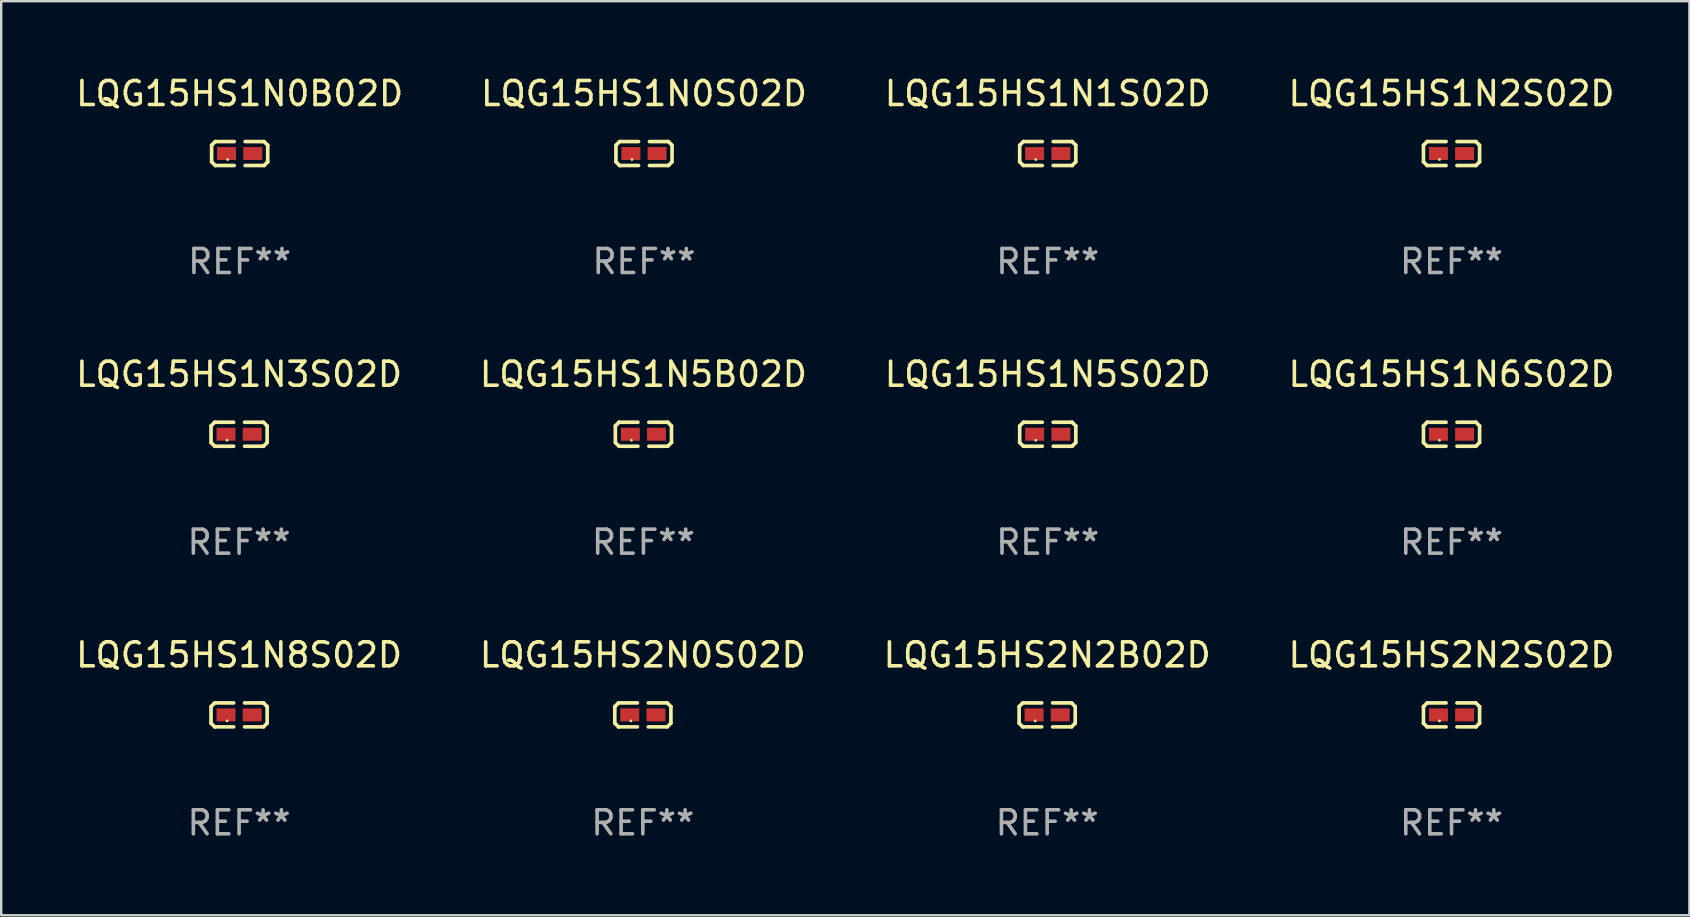
<source format=kicad_pcb>
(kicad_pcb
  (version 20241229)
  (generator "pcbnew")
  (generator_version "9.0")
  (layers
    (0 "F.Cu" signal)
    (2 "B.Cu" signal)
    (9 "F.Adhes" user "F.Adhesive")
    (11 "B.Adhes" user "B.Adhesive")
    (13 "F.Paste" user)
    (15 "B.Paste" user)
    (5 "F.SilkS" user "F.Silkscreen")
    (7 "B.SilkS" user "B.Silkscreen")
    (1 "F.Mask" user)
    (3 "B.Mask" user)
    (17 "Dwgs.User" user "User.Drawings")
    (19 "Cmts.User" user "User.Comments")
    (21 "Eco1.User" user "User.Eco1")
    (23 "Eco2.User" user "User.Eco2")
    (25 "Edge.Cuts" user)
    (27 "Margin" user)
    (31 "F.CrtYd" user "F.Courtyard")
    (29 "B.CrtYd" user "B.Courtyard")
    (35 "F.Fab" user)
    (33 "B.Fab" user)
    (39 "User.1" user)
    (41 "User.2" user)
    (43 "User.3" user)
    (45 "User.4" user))
  (footprint "LQG15HS1N5B02D"
    (layer "F.Cu")
    (at 23.756 15.041)
    (property "Reference" "LQG15HS1N5B02D" (at 0 -2.499 0) (layer "F.SilkS") (effects (font (size 1 1) (thickness 0.15))))
    (attr through_hole)
    (fp_line (start -1.169 -0.346) (end -1.016 -0.499) (stroke (width 0.152) (type solid)) (layer "F.SilkS"))
    (fp_line (start -1.169 0.346) (end -1.169 -0.346) (stroke (width 0.152) (type solid)) (layer "F.SilkS"))
    (fp_line (start -1.016 -0.499) (end -0.226 -0.499) (stroke (width 0.152) (type solid)) (layer "F.SilkS"))
    (fp_line (start -1.016 0.499) (end -1.169 0.346) (stroke (width 0.152) (type solid)) (layer "F.SilkS"))
    (fp_line (start -0.226 0.499) (end -1.016 0.499) (stroke (width 0.152) (type solid)) (layer "F.SilkS"))
    (fp_line (start 0.226 0.499) (end 1.016 0.499) (stroke (width 0.152) (type solid)) (layer "F.SilkS"))
    (fp_line (start 1.016 -0.499) (end 0.226 -0.499) (stroke (width 0.152) (type solid)) (layer "F.SilkS"))
    (fp_line (start 1.016 0.499) (end 1.169 0.346) (stroke (width 0.152) (type solid)) (layer "F.SilkS"))
    (fp_line (start 1.169 -0.346) (end 1.016 -0.499) (stroke (width 0.152) (type solid)) (layer "F.SilkS"))
    (fp_line (start 1.169 0.346) (end 1.169 -0.346) (stroke (width 0.152) (type solid)) (layer "F.SilkS"))
    (fp_circle (center -0.5 0.25) (end -0.47 0.25) (stroke (width 0.06) (type solid)) (fill no) (layer "F.SilkS"))
    (fp_text user "REF**" (at 0 4.499 0) (layer "F.Fab") (effects (font (size 1 1) (thickness 0.15))))
    (pad "1" smd rect (at -0.545 0) (size 0.79 0.54) (layers "F.Cu" "F.Mask" "F.Paste"))
    (pad "2" smd rect (at 0.545 0) (size 0.79 0.54) (layers "F.Cu" "F.Mask" "F.Paste")))
  (footprint "LQG15HS1N0B02D"
    (layer "F.Cu")
    (at 6.935 3.347)
    (property "Reference" "LQG15HS1N0B02D" (at 0 -2.499 0) (layer "F.SilkS") (effects (font (size 1 1) (thickness 0.15))))
    (attr through_hole)
    (fp_line (start -1.169 -0.346) (end -1.016 -0.499) (stroke (width 0.152) (type solid)) (layer "F.SilkS"))
    (fp_line (start -1.169 0.346) (end -1.169 -0.346) (stroke (width 0.152) (type solid)) (layer "F.SilkS"))
    (fp_line (start -1.016 -0.499) (end -0.226 -0.499) (stroke (width 0.152) (type solid)) (layer "F.SilkS"))
    (fp_line (start -1.016 0.499) (end -1.169 0.346) (stroke (width 0.152) (type solid)) (layer "F.SilkS"))
    (fp_line (start -0.226 0.499) (end -1.016 0.499) (stroke (width 0.152) (type solid)) (layer "F.SilkS"))
    (fp_line (start 0.226 0.499) (end 1.016 0.499) (stroke (width 0.152) (type solid)) (layer "F.SilkS"))
    (fp_line (start 1.016 -0.499) (end 0.226 -0.499) (stroke (width 0.152) (type solid)) (layer "F.SilkS"))
    (fp_line (start 1.016 0.499) (end 1.169 0.346) (stroke (width 0.152) (type solid)) (layer "F.SilkS"))
    (fp_line (start 1.169 -0.346) (end 1.016 -0.499) (stroke (width 0.152) (type solid)) (layer "F.SilkS"))
    (fp_line (start 1.169 0.346) (end 1.169 -0.346) (stroke (width 0.152) (type solid)) (layer "F.SilkS"))
    (fp_circle (center -0.5 0.25) (end -0.47 0.25) (stroke (width 0.06) (type solid)) (fill no) (layer "F.SilkS"))
    (fp_text user "REF**" (at 0 4.499 0) (layer "F.Fab") (effects (font (size 1 1) (thickness 0.15))))
    (pad "1" smd rect (at -0.545 0) (size 0.79 0.54) (layers "F.Cu" "F.Mask" "F.Paste"))
    (pad "2" smd rect (at 0.545 0) (size 0.79 0.54) (layers "F.Cu" "F.Mask" "F.Paste")))
  (footprint "LQG15HS1N8S02D"
    (layer "F.Cu")
    (at 6.911 26.734)
    (property "Reference" "LQG15HS1N8S02D" (at 0 -2.499 0) (layer "F.SilkS") (effects (font (size 1 1) (thickness 0.15))))
    (attr through_hole)
    (fp_line (start -1.169 -0.346) (end -1.016 -0.499) (stroke (width 0.152) (type solid)) (layer "F.SilkS"))
    (fp_line (start -1.169 0.346) (end -1.169 -0.346) (stroke (width 0.152) (type solid)) (layer "F.SilkS"))
    (fp_line (start -1.016 -0.499) (end -0.226 -0.499) (stroke (width 0.152) (type solid)) (layer "F.SilkS"))
    (fp_line (start -1.016 0.499) (end -1.169 0.346) (stroke (width 0.152) (type solid)) (layer "F.SilkS"))
    (fp_line (start -0.226 0.499) (end -1.016 0.499) (stroke (width 0.152) (type solid)) (layer "F.SilkS"))
    (fp_line (start 0.226 0.499) (end 1.016 0.499) (stroke (width 0.152) (type solid)) (layer "F.SilkS"))
    (fp_line (start 1.016 -0.499) (end 0.226 -0.499) (stroke (width 0.152) (type solid)) (layer "F.SilkS"))
    (fp_line (start 1.016 0.499) (end 1.169 0.346) (stroke (width 0.152) (type solid)) (layer "F.SilkS"))
    (fp_line (start 1.169 -0.346) (end 1.016 -0.499) (stroke (width 0.152) (type solid)) (layer "F.SilkS"))
    (fp_line (start 1.169 0.346) (end 1.169 -0.346) (stroke (width 0.152) (type solid)) (layer "F.SilkS"))
    (fp_circle (center -0.5 0.25) (end -0.47 0.25) (stroke (width 0.06) (type solid)) (fill no) (layer "F.SilkS"))
    (fp_text user "REF**" (at 0 4.499 0) (layer "F.Fab") (effects (font (size 1 1) (thickness 0.15))))
    (pad "1" smd rect (at -0.545 0) (size 0.79 0.54) (layers "F.Cu" "F.Mask" "F.Paste"))
    (pad "2" smd rect (at 0.545 0) (size 0.79 0.54) (layers "F.Cu" "F.Mask" "F.Paste")))
  (footprint "LQG15HS2N2B02D"
    (layer "F.Cu")
    (at 40.577 26.734)
    (property "Reference" "LQG15HS2N2B02D" (at 0 -2.499 0) (layer "F.SilkS") (effects (font (size 1 1) (thickness 0.15))))
    (attr through_hole)
    (fp_line (start -1.169 -0.346) (end -1.016 -0.499) (stroke (width 0.152) (type solid)) (layer "F.SilkS"))
    (fp_line (start -1.169 0.346) (end -1.169 -0.346) (stroke (width 0.152) (type solid)) (layer "F.SilkS"))
    (fp_line (start -1.016 -0.499) (end -0.226 -0.499) (stroke (width 0.152) (type solid)) (layer "F.SilkS"))
    (fp_line (start -1.016 0.499) (end -1.169 0.346) (stroke (width 0.152) (type solid)) (layer "F.SilkS"))
    (fp_line (start -0.226 0.499) (end -1.016 0.499) (stroke (width 0.152) (type solid)) (layer "F.SilkS"))
    (fp_line (start 0.226 0.499) (end 1.016 0.499) (stroke (width 0.152) (type solid)) (layer "F.SilkS"))
    (fp_line (start 1.016 -0.499) (end 0.226 -0.499) (stroke (width 0.152) (type solid)) (layer "F.SilkS"))
    (fp_line (start 1.016 0.499) (end 1.169 0.346) (stroke (width 0.152) (type solid)) (layer "F.SilkS"))
    (fp_line (start 1.169 -0.346) (end 1.016 -0.499) (stroke (width 0.152) (type solid)) (layer "F.SilkS"))
    (fp_line (start 1.169 0.346) (end 1.169 -0.346) (stroke (width 0.152) (type solid)) (layer "F.SilkS"))
    (fp_circle (center -0.5 0.25) (end -0.47 0.25) (stroke (width 0.06) (type solid)) (fill no) (layer "F.SilkS"))
    (fp_text user "REF**" (at 0 4.499 0) (layer "F.Fab") (effects (font (size 1 1) (thickness 0.15))))
    (pad "1" smd rect (at -0.545 0) (size 0.79 0.54) (layers "F.Cu" "F.Mask" "F.Paste"))
    (pad "2" smd rect (at 0.545 0) (size 0.79 0.54) (layers "F.Cu" "F.Mask" "F.Paste")))
  (footprint "LQG15HS1N0S02D"
    (layer "F.Cu")
    (at 23.78 3.347)
    (property "Reference" "LQG15HS1N0S02D" (at 0 -2.499 0) (layer "F.SilkS") (effects (font (size 1 1) (thickness 0.15))))
    (attr through_hole)
    (fp_line (start -1.169 -0.346) (end -1.016 -0.499) (stroke (width 0.152) (type solid)) (layer "F.SilkS"))
    (fp_line (start -1.169 0.346) (end -1.169 -0.346) (stroke (width 0.152) (type solid)) (layer "F.SilkS"))
    (fp_line (start -1.016 -0.499) (end -0.226 -0.499) (stroke (width 0.152) (type solid)) (layer "F.SilkS"))
    (fp_line (start -1.016 0.499) (end -1.169 0.346) (stroke (width 0.152) (type solid)) (layer "F.SilkS"))
    (fp_line (start -0.226 0.499) (end -1.016 0.499) (stroke (width 0.152) (type solid)) (layer "F.SilkS"))
    (fp_line (start 0.226 0.499) (end 1.016 0.499) (stroke (width 0.152) (type solid)) (layer "F.SilkS"))
    (fp_line (start 1.016 -0.499) (end 0.226 -0.499) (stroke (width 0.152) (type solid)) (layer "F.SilkS"))
    (fp_line (start 1.016 0.499) (end 1.169 0.346) (stroke (width 0.152) (type solid)) (layer "F.SilkS"))
    (fp_line (start 1.169 -0.346) (end 1.016 -0.499) (stroke (width 0.152) (type solid)) (layer "F.SilkS"))
    (fp_line (start 1.169 0.346) (end 1.169 -0.346) (stroke (width 0.152) (type solid)) (layer "F.SilkS"))
    (fp_circle (center -0.5 0.25) (end -0.47 0.25) (stroke (width 0.06) (type solid)) (fill no) (layer "F.SilkS"))
    (fp_text user "REF**" (at 0 4.499 0) (layer "F.Fab") (effects (font (size 1 1) (thickness 0.15))))
    (pad "1" smd rect (at -0.545 0) (size 0.79 0.54) (layers "F.Cu" "F.Mask" "F.Paste"))
    (pad "2" smd rect (at 0.545 0) (size 0.79 0.54) (layers "F.Cu" "F.Mask" "F.Paste")))
  (footprint "LQG15HS1N1S02D"
    (layer "F.Cu")
    (at 40.601 3.347)
    (property "Reference" "LQG15HS1N1S02D" (at 0 -2.499 0) (layer "F.SilkS") (effects (font (size 1 1) (thickness 0.15))))
    (attr through_hole)
    (fp_line (start -1.169 -0.346) (end -1.016 -0.499) (stroke (width 0.152) (type solid)) (layer "F.SilkS"))
    (fp_line (start -1.169 0.346) (end -1.169 -0.346) (stroke (width 0.152) (type solid)) (layer "F.SilkS"))
    (fp_line (start -1.016 -0.499) (end -0.226 -0.499) (stroke (width 0.152) (type solid)) (layer "F.SilkS"))
    (fp_line (start -1.016 0.499) (end -1.169 0.346) (stroke (width 0.152) (type solid)) (layer "F.SilkS"))
    (fp_line (start -0.226 0.499) (end -1.016 0.499) (stroke (width 0.152) (type solid)) (layer "F.SilkS"))
    (fp_line (start 0.226 0.499) (end 1.016 0.499) (stroke (width 0.152) (type solid)) (layer "F.SilkS"))
    (fp_line (start 1.016 -0.499) (end 0.226 -0.499) (stroke (width 0.152) (type solid)) (layer "F.SilkS"))
    (fp_line (start 1.016 0.499) (end 1.169 0.346) (stroke (width 0.152) (type solid)) (layer "F.SilkS"))
    (fp_line (start 1.169 -0.346) (end 1.016 -0.499) (stroke (width 0.152) (type solid)) (layer "F.SilkS"))
    (fp_line (start 1.169 0.346) (end 1.169 -0.346) (stroke (width 0.152) (type solid)) (layer "F.SilkS"))
    (fp_circle (center -0.5 0.25) (end -0.47 0.25) (stroke (width 0.06) (type solid)) (fill no) (layer "F.SilkS"))
    (fp_text user "REF**" (at 0 4.499 0) (layer "F.Fab") (effects (font (size 1 1) (thickness 0.15))))
    (pad "1" smd rect (at -0.545 0) (size 0.79 0.54) (layers "F.Cu" "F.Mask" "F.Paste"))
    (pad "2" smd rect (at 0.545 0) (size 0.79 0.54) (layers "F.Cu" "F.Mask" "F.Paste")))
  (footprint "LQG15HS1N2S02D"
    (layer "F.Cu")
    (at 57.423 3.347)
    (property "Reference" "LQG15HS1N2S02D" (at 0 -2.499 0) (layer "F.SilkS") (effects (font (size 1 1) (thickness 0.15))))
    (attr through_hole)
    (fp_line (start -1.169 -0.346) (end -1.016 -0.499) (stroke (width 0.152) (type solid)) (layer "F.SilkS"))
    (fp_line (start -1.169 0.346) (end -1.169 -0.346) (stroke (width 0.152) (type solid)) (layer "F.SilkS"))
    (fp_line (start -1.016 -0.499) (end -0.226 -0.499) (stroke (width 0.152) (type solid)) (layer "F.SilkS"))
    (fp_line (start -1.016 0.499) (end -1.169 0.346) (stroke (width 0.152) (type solid)) (layer "F.SilkS"))
    (fp_line (start -0.226 0.499) (end -1.016 0.499) (stroke (width 0.152) (type solid)) (layer "F.SilkS"))
    (fp_line (start 0.226 0.499) (end 1.016 0.499) (stroke (width 0.152) (type solid)) (layer "F.SilkS"))
    (fp_line (start 1.016 -0.499) (end 0.226 -0.499) (stroke (width 0.152) (type solid)) (layer "F.SilkS"))
    (fp_line (start 1.016 0.499) (end 1.169 0.346) (stroke (width 0.152) (type solid)) (layer "F.SilkS"))
    (fp_line (start 1.169 -0.346) (end 1.016 -0.499) (stroke (width 0.152) (type solid)) (layer "F.SilkS"))
    (fp_line (start 1.169 0.346) (end 1.169 -0.346) (stroke (width 0.152) (type solid)) (layer "F.SilkS"))
    (fp_circle (center -0.5 0.25) (end -0.47 0.25) (stroke (width 0.06) (type solid)) (fill no) (layer "F.SilkS"))
    (fp_text user "REF**" (at 0 4.499 0) (layer "F.Fab") (effects (font (size 1 1) (thickness 0.15))))
    (pad "1" smd rect (at -0.545 0) (size 0.79 0.54) (layers "F.Cu" "F.Mask" "F.Paste"))
    (pad "2" smd rect (at 0.545 0) (size 0.79 0.54) (layers "F.Cu" "F.Mask" "F.Paste")))
  (footprint "LQG15HS2N2S02D"
    (layer "F.Cu")
    (at 57.423 26.734)
    (property "Reference" "LQG15HS2N2S02D" (at 0 -2.499 0) (layer "F.SilkS") (effects (font (size 1 1) (thickness 0.15))))
    (attr through_hole)
    (fp_line (start -1.169 -0.346) (end -1.016 -0.499) (stroke (width 0.152) (type solid)) (layer "F.SilkS"))
    (fp_line (start -1.169 0.346) (end -1.169 -0.346) (stroke (width 0.152) (type solid)) (layer "F.SilkS"))
    (fp_line (start -1.016 -0.499) (end -0.226 -0.499) (stroke (width 0.152) (type solid)) (layer "F.SilkS"))
    (fp_line (start -1.016 0.499) (end -1.169 0.346) (stroke (width 0.152) (type solid)) (layer "F.SilkS"))
    (fp_line (start -0.226 0.499) (end -1.016 0.499) (stroke (width 0.152) (type solid)) (layer "F.SilkS"))
    (fp_line (start 0.226 0.499) (end 1.016 0.499) (stroke (width 0.152) (type solid)) (layer "F.SilkS"))
    (fp_line (start 1.016 -0.499) (end 0.226 -0.499) (stroke (width 0.152) (type solid)) (layer "F.SilkS"))
    (fp_line (start 1.016 0.499) (end 1.169 0.346) (stroke (width 0.152) (type solid)) (layer "F.SilkS"))
    (fp_line (start 1.169 -0.346) (end 1.016 -0.499) (stroke (width 0.152) (type solid)) (layer "F.SilkS"))
    (fp_line (start 1.169 0.346) (end 1.169 -0.346) (stroke (width 0.152) (type solid)) (layer "F.SilkS"))
    (fp_circle (center -0.5 0.25) (end -0.47 0.25) (stroke (width 0.06) (type solid)) (fill no) (layer "F.SilkS"))
    (fp_text user "REF**" (at 0 4.499 0) (layer "F.Fab") (effects (font (size 1 1) (thickness 0.15))))
    (pad "1" smd rect (at -0.545 0) (size 0.79 0.54) (layers "F.Cu" "F.Mask" "F.Paste"))
    (pad "2" smd rect (at 0.545 0) (size 0.79 0.54) (layers "F.Cu" "F.Mask" "F.Paste")))
  (footprint "LQG15HS1N6S02D"
    (layer "F.Cu")
    (at 57.423 15.041)
    (property "Reference" "LQG15HS1N6S02D" (at 0 -2.499 0) (layer "F.SilkS") (effects (font (size 1 1) (thickness 0.15))))
    (attr through_hole)
    (fp_line (start -1.169 -0.346) (end -1.016 -0.499) (stroke (width 0.152) (type solid)) (layer "F.SilkS"))
    (fp_line (start -1.169 0.346) (end -1.169 -0.346) (stroke (width 0.152) (type solid)) (layer "F.SilkS"))
    (fp_line (start -1.016 -0.499) (end -0.226 -0.499) (stroke (width 0.152) (type solid)) (layer "F.SilkS"))
    (fp_line (start -1.016 0.499) (end -1.169 0.346) (stroke (width 0.152) (type solid)) (layer "F.SilkS"))
    (fp_line (start -0.226 0.499) (end -1.016 0.499) (stroke (width 0.152) (type solid)) (layer "F.SilkS"))
    (fp_line (start 0.226 0.499) (end 1.016 0.499) (stroke (width 0.152) (type solid)) (layer "F.SilkS"))
    (fp_line (start 1.016 -0.499) (end 0.226 -0.499) (stroke (width 0.152) (type solid)) (layer "F.SilkS"))
    (fp_line (start 1.016 0.499) (end 1.169 0.346) (stroke (width 0.152) (type solid)) (layer "F.SilkS"))
    (fp_line (start 1.169 -0.346) (end 1.016 -0.499) (stroke (width 0.152) (type solid)) (layer "F.SilkS"))
    (fp_line (start 1.169 0.346) (end 1.169 -0.346) (stroke (width 0.152) (type solid)) (layer "F.SilkS"))
    (fp_circle (center -0.5 0.25) (end -0.47 0.25) (stroke (width 0.06) (type solid)) (fill no) (layer "F.SilkS"))
    (fp_text user "REF**" (at 0 4.499 0) (layer "F.Fab") (effects (font (size 1 1) (thickness 0.15))))
    (pad "1" smd rect (at -0.545 0) (size 0.79 0.54) (layers "F.Cu" "F.Mask" "F.Paste"))
    (pad "2" smd rect (at 0.545 0) (size 0.79 0.54) (layers "F.Cu" "F.Mask" "F.Paste")))
  (footprint "LQG15HS1N5S02D"
    (layer "F.Cu")
    (at 40.601 15.041)
    (property "Reference" "LQG15HS1N5S02D" (at 0 -2.499 0) (layer "F.SilkS") (effects (font (size 1 1) (thickness 0.15))))
    (attr through_hole)
    (fp_line (start -1.169 -0.346) (end -1.016 -0.499) (stroke (width 0.152) (type solid)) (layer "F.SilkS"))
    (fp_line (start -1.169 0.346) (end -1.169 -0.346) (stroke (width 0.152) (type solid)) (layer "F.SilkS"))
    (fp_line (start -1.016 -0.499) (end -0.226 -0.499) (stroke (width 0.152) (type solid)) (layer "F.SilkS"))
    (fp_line (start -1.016 0.499) (end -1.169 0.346) (stroke (width 0.152) (type solid)) (layer "F.SilkS"))
    (fp_line (start -0.226 0.499) (end -1.016 0.499) (stroke (width 0.152) (type solid)) (layer "F.SilkS"))
    (fp_line (start 0.226 0.499) (end 1.016 0.499) (stroke (width 0.152) (type solid)) (layer "F.SilkS"))
    (fp_line (start 1.016 -0.499) (end 0.226 -0.499) (stroke (width 0.152) (type solid)) (layer "F.SilkS"))
    (fp_line (start 1.016 0.499) (end 1.169 0.346) (stroke (width 0.152) (type solid)) (layer "F.SilkS"))
    (fp_line (start 1.169 -0.346) (end 1.016 -0.499) (stroke (width 0.152) (type solid)) (layer "F.SilkS"))
    (fp_line (start 1.169 0.346) (end 1.169 -0.346) (stroke (width 0.152) (type solid)) (layer "F.SilkS"))
    (fp_circle (center -0.5 0.25) (end -0.47 0.25) (stroke (width 0.06) (type solid)) (fill no) (layer "F.SilkS"))
    (fp_text user "REF**" (at 0 4.499 0) (layer "F.Fab") (effects (font (size 1 1) (thickness 0.15))))
    (pad "1" smd rect (at -0.545 0) (size 0.79 0.54) (layers "F.Cu" "F.Mask" "F.Paste"))
    (pad "2" smd rect (at 0.545 0) (size 0.79 0.54) (layers "F.Cu" "F.Mask" "F.Paste")))
  (footprint "LQG15HS1N3S02D"
    (layer "F.Cu")
    (at 6.911 15.041)
    (property "Reference" "LQG15HS1N3S02D" (at 0 -2.499 0) (layer "F.SilkS") (effects (font (size 1 1) (thickness 0.15))))
    (attr through_hole)
    (fp_line (start -1.169 -0.346) (end -1.016 -0.499) (stroke (width 0.152) (type solid)) (layer "F.SilkS"))
    (fp_line (start -1.169 0.346) (end -1.169 -0.346) (stroke (width 0.152) (type solid)) (layer "F.SilkS"))
    (fp_line (start -1.016 -0.499) (end -0.226 -0.499) (stroke (width 0.152) (type solid)) (layer "F.SilkS"))
    (fp_line (start -1.016 0.499) (end -1.169 0.346) (stroke (width 0.152) (type solid)) (layer "F.SilkS"))
    (fp_line (start -0.226 0.499) (end -1.016 0.499) (stroke (width 0.152) (type solid)) (layer "F.SilkS"))
    (fp_line (start 0.226 0.499) (end 1.016 0.499) (stroke (width 0.152) (type solid)) (layer "F.SilkS"))
    (fp_line (start 1.016 -0.499) (end 0.226 -0.499) (stroke (width 0.152) (type solid)) (layer "F.SilkS"))
    (fp_line (start 1.016 0.499) (end 1.169 0.346) (stroke (width 0.152) (type solid)) (layer "F.SilkS"))
    (fp_line (start 1.169 -0.346) (end 1.016 -0.499) (stroke (width 0.152) (type solid)) (layer "F.SilkS"))
    (fp_line (start 1.169 0.346) (end 1.169 -0.346) (stroke (width 0.152) (type solid)) (layer "F.SilkS"))
    (fp_circle (center -0.5 0.25) (end -0.47 0.25) (stroke (width 0.06) (type solid)) (fill no) (layer "F.SilkS"))
    (fp_text user "REF**" (at 0 4.499 0) (layer "F.Fab") (effects (font (size 1 1) (thickness 0.15))))
    (pad "1" smd rect (at -0.545 0) (size 0.79 0.54) (layers "F.Cu" "F.Mask" "F.Paste"))
    (pad "2" smd rect (at 0.545 0) (size 0.79 0.54) (layers "F.Cu" "F.Mask" "F.Paste")))
  (footprint "LQG15HS2N0S02D"
    (layer "F.Cu")
    (at 23.732 26.734)
    (property "Reference" "LQG15HS2N0S02D" (at 0 -2.499 0) (layer "F.SilkS") (effects (font (size 1 1) (thickness 0.15))))
    (attr through_hole)
    (fp_line (start -1.169 -0.346) (end -1.016 -0.499) (stroke (width 0.152) (type solid)) (layer "F.SilkS"))
    (fp_line (start -1.169 0.346) (end -1.169 -0.346) (stroke (width 0.152) (type solid)) (layer "F.SilkS"))
    (fp_line (start -1.016 -0.499) (end -0.226 -0.499) (stroke (width 0.152) (type solid)) (layer "F.SilkS"))
    (fp_line (start -1.016 0.499) (end -1.169 0.346) (stroke (width 0.152) (type solid)) (layer "F.SilkS"))
    (fp_line (start -0.226 0.499) (end -1.016 0.499) (stroke (width 0.152) (type solid)) (layer "F.SilkS"))
    (fp_line (start 0.226 0.499) (end 1.016 0.499) (stroke (width 0.152) (type solid)) (layer "F.SilkS"))
    (fp_line (start 1.016 -0.499) (end 0.226 -0.499) (stroke (width 0.152) (type solid)) (layer "F.SilkS"))
    (fp_line (start 1.016 0.499) (end 1.169 0.346) (stroke (width 0.152) (type solid)) (layer "F.SilkS"))
    (fp_line (start 1.169 -0.346) (end 1.016 -0.499) (stroke (width 0.152) (type solid)) (layer "F.SilkS"))
    (fp_line (start 1.169 0.346) (end 1.169 -0.346) (stroke (width 0.152) (type solid)) (layer "F.SilkS"))
    (fp_circle (center -0.5 0.25) (end -0.47 0.25) (stroke (width 0.06) (type solid)) (fill no) (layer "F.SilkS"))
    (fp_text user "REF**" (at 0 4.499 0) (layer "F.Fab") (effects (font (size 1 1) (thickness 0.15))))
    (pad "1" smd rect (at -0.545 0) (size 0.79 0.54) (layers "F.Cu" "F.Mask" "F.Paste"))
    (pad "2" smd rect (at 0.545 0) (size 0.79 0.54) (layers "F.Cu" "F.Mask" "F.Paste")))
  (gr_rect
    (start -3 -3)
    (end 67.333 35.081)
    (stroke (width 0.1) (type default))
    (fill no)
    (layer "Edge.Cuts")))
</source>
